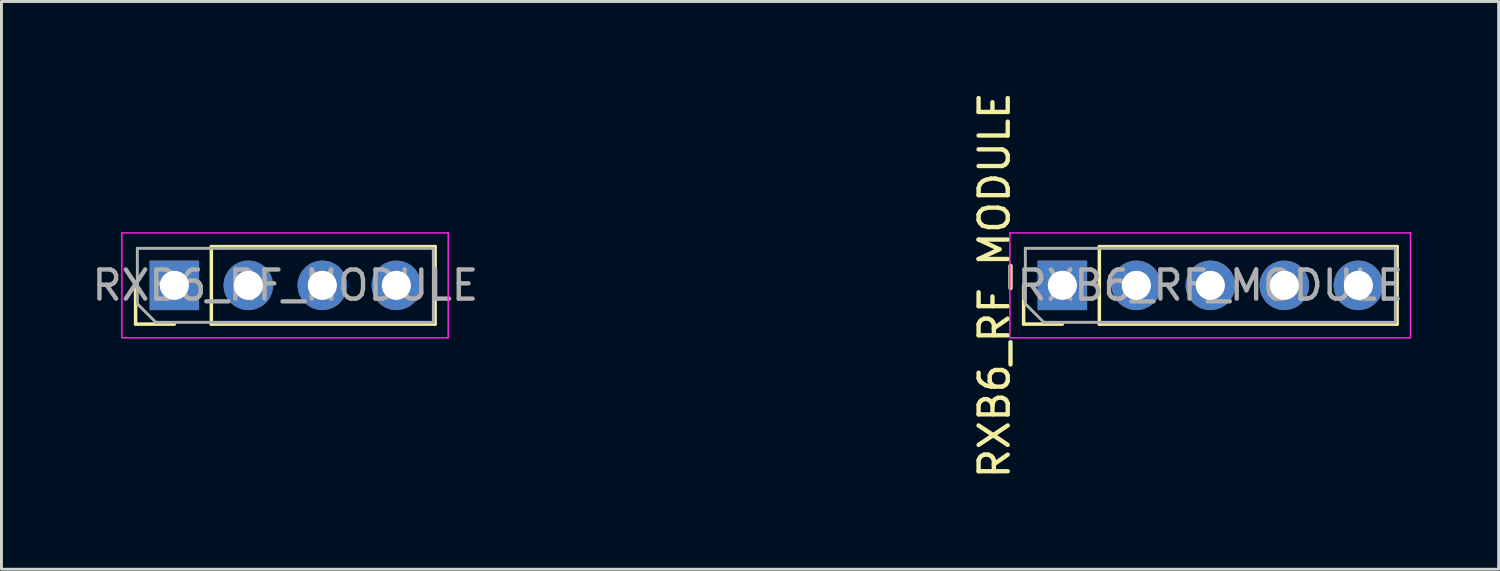
<source format=kicad_pcb>
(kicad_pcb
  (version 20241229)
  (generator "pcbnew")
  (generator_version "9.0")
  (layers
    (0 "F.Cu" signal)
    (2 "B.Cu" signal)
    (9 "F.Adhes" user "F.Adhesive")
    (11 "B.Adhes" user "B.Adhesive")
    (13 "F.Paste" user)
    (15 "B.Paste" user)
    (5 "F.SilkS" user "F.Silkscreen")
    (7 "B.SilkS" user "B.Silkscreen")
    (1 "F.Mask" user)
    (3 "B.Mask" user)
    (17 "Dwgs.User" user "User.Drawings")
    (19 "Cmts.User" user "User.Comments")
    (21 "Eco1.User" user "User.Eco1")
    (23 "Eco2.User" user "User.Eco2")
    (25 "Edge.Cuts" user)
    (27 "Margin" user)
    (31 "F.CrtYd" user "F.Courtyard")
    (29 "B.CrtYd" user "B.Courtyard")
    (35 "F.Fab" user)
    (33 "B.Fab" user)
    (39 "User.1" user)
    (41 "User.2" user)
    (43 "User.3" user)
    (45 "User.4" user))
  (footprint "RXB6_RF_MODULE"
    (layer "F.Cu")
    (at 22.245 6.998)
    (property "Reference" "RXB6_RF_MODULE" (at 8.839 -0.254 90) (layer "F.SilkS") (effects (font (size 1 1) (thickness 0.15))))
    (attr through_hole)
    (fp_line (start -20.641 1.076) (end -20.641 -0.254) (stroke (width 0.12) (type solid)) (layer "F.SilkS"))
    (fp_line (start -19.311 1.076) (end -20.641 1.076) (stroke (width 0.12) (type solid)) (layer "F.SilkS"))
    (fp_line (start -18.041 -1.584) (end -10.361 -1.584) (stroke (width 0.12) (type solid)) (layer "F.SilkS"))
    (fp_line (start -18.041 1.076) (end -18.041 -1.584) (stroke (width 0.12) (type solid)) (layer "F.SilkS"))
    (fp_line (start -18.041 1.076) (end -10.361 1.076) (stroke (width 0.12) (type solid)) (layer "F.SilkS"))
    (fp_line (start -10.361 1.076) (end -10.361 -1.584) (stroke (width 0.12) (type solid)) (layer "F.SilkS"))
    (fp_line (start 9.839 1.076) (end 9.839 -0.254) (stroke (width 0.12) (type solid)) (layer "F.SilkS"))
    (fp_line (start 11.169 1.076) (end 9.839 1.076) (stroke (width 0.12) (type solid)) (layer "F.SilkS"))
    (fp_line (start 12.439 -1.584) (end 22.659 -1.584) (stroke (width 0.12) (type solid)) (layer "F.SilkS"))
    (fp_line (start 12.439 1.076) (end 12.439 -1.584) (stroke (width 0.12) (type solid)) (layer "F.SilkS"))
    (fp_line (start 12.439 1.076) (end 22.659 1.076) (stroke (width 0.12) (type solid)) (layer "F.SilkS"))
    (fp_line (start 22.659 1.076) (end 22.659 -1.584) (stroke (width 0.12) (type solid)) (layer "F.SilkS"))
    (fp_line (start -21.111 -2.054) (end -21.111 1.546) (stroke (width 0.05) (type solid)) (layer "F.CrtYd"))
    (fp_line (start -21.111 1.546) (end -9.911 1.546) (stroke (width 0.05) (type solid)) (layer "F.CrtYd"))
    (fp_line (start -9.911 -2.054) (end -21.111 -2.054) (stroke (width 0.05) (type solid)) (layer "F.CrtYd"))
    (fp_line (start -9.911 -2.054) (end -9.911 1.546) (stroke (width 0.05) (type solid)) (layer "F.CrtYd"))
    (fp_line (start 9.369 -2.054) (end 9.369 1.546) (stroke (width 0.05) (type solid)) (layer "F.CrtYd"))
    (fp_line (start 9.369 1.546) (end 23.119 1.546) (stroke (width 0.05) (type solid)) (layer "F.CrtYd"))
    (fp_line (start 23.119 -2.054) (end 9.369 -2.054) (stroke (width 0.05) (type solid)) (layer "F.CrtYd"))
    (fp_line (start 23.119 1.546) (end 23.119 -2.054) (stroke (width 0.05) (type solid)) (layer "F.CrtYd"))
    (fp_line (start -20.581 -1.524) (end -10.421 -1.524) (stroke (width 0.1) (type solid)) (layer "F.Fab"))
    (fp_line (start -20.581 0.381) (end -20.581 -1.524) (stroke (width 0.1) (type solid)) (layer "F.Fab"))
    (fp_line (start -19.946 1.016) (end -20.581 0.381) (stroke (width 0.1) (type solid)) (layer "F.Fab"))
    (fp_line (start -10.421 -1.524) (end -10.421 1.016) (stroke (width 0.1) (type solid)) (layer "F.Fab"))
    (fp_line (start -10.421 1.016) (end -19.946 1.016) (stroke (width 0.1) (type solid)) (layer "F.Fab"))
    (fp_line (start 9.899 -1.524) (end 22.599 -1.524) (stroke (width 0.1) (type solid)) (layer "F.Fab"))
    (fp_line (start 9.899 0.381) (end 9.899 -1.524) (stroke (width 0.1) (type solid)) (layer "F.Fab"))
    (fp_line (start 10.534 1.016) (end 9.899 0.381) (stroke (width 0.1) (type solid)) (layer "F.Fab"))
    (fp_line (start 22.599 -1.524) (end 22.599 1.016) (stroke (width 0.1) (type solid)) (layer "F.Fab"))
    (fp_line (start 22.599 1.016) (end 10.534 1.016) (stroke (width 0.1) (type solid)) (layer "F.Fab"))
    (fp_text user "${REFERENCE}" (at -15.501 -0.254 180) (layer "F.Fab") (effects (font (size 1 1) (thickness 0.15))))
    (fp_text user "${REFERENCE}" (at 16.249 -0.254 180) (layer "F.Fab") (effects (font (size 1 1) (thickness 0.15))))
    (pad "1" thru_hole rect (at -19.311 -0.254 90) (size 1.7 1.7) (drill 1) (layers "*.Cu" "*.Mask"))
    (pad "2" thru_hole oval (at -16.771 -0.254 90) (size 1.7 1.7) (drill 1) (layers "*.Cu" "*.Mask"))
    (pad "3" thru_hole oval (at -14.231 -0.254 90) (size 1.7 1.7) (drill 1) (layers "*.Cu" "*.Mask"))
    (pad "4" thru_hole oval (at -11.691 -0.254 90) (size 1.7 1.7) (drill 1) (layers "*.Cu" "*.Mask"))
    (pad "5" thru_hole rect (at 11.169 -0.254 90) (size 1.7 1.7) (drill 1) (layers "*.Cu" "*.Mask"))
    (pad "6" thru_hole oval (at 13.709 -0.254 90) (size 1.7 1.7) (drill 1) (layers "*.Cu" "*.Mask"))
    (pad "7" thru_hole oval (at 16.249 -0.254 90) (size 1.7 1.7) (drill 1) (layers "*.Cu" "*.Mask"))
    (pad "8" thru_hole oval (at 18.789 -0.254 90) (size 1.7 1.7) (drill 1) (layers "*.Cu" "*.Mask"))
    (pad "9" thru_hole oval (at 21.329 -0.254 90) (size 1.7 1.7) (drill 1) (layers "*.Cu" "*.Mask")))
  (gr_rect
    (start -3 -3)
    (end 48.389 16.488)
    (stroke (width 0.1) (type default))
    (fill no)
    (layer "Edge.Cuts")))
</source>
